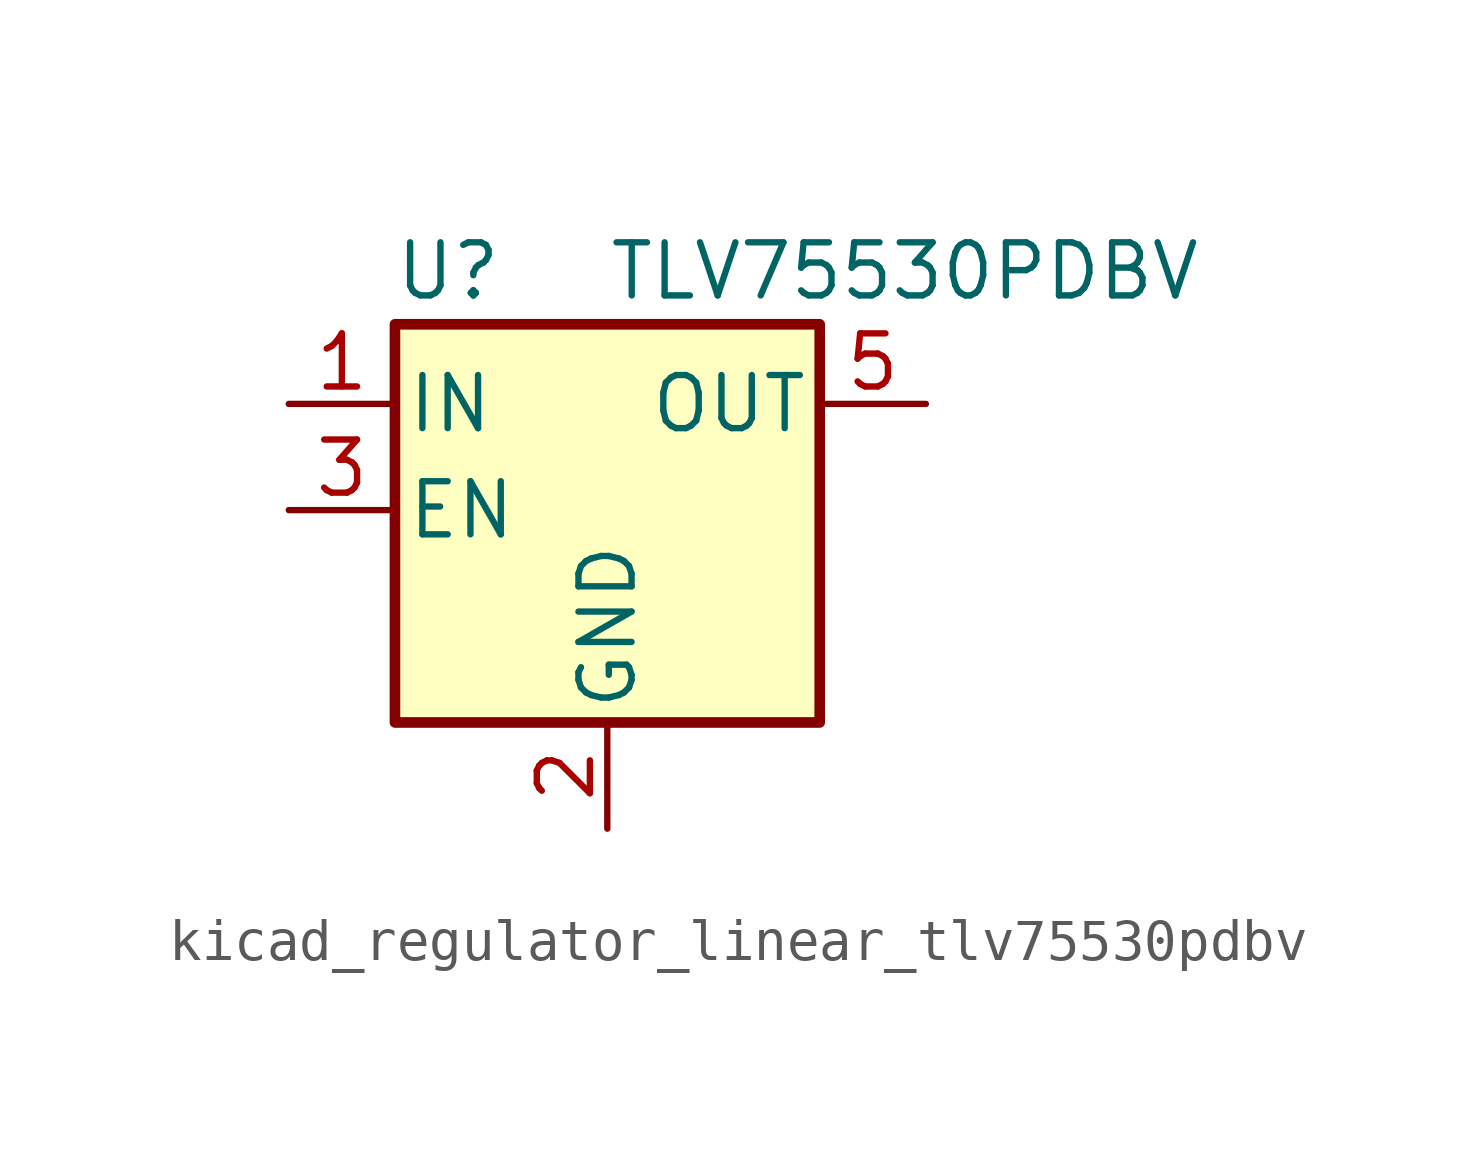
<source format=kicad_sym>
(kicad_symbol_lib
  (version 20220914)
  (generator kicad_symbol_editor)
  (symbol "kicad_regulator_linear_tlv75530pdbv"
    (pin_names
      (offset 0.254))
    (property "Reference" "U"
      (at -3.81 5.715 0)
      (effects (font (size 1.27 1.27))))
    (property "Value" "TLV75530PDBV"
      (at 0 5.715 0)
      (effects (font (size 1.27 1.27)) (justify left)))
    (symbol "kicad_regulator_linear_tlv75530pdbv_0_1"
      (rectangle (start -5.08 4.445) (end 5.08 -5.08) (stroke (width 0.254) (type default)) (fill (type background))))
    (symbol "kicad_regulator_linear_tlv75530pdbv_1_1"
      (pin power_in line (at -7.62 2.54 0) (length 2.54) (name "IN" (effects (font (size 1.27 1.27)))) (number "1" (effects (font (size 1.27 1.27)))))
      (pin power_in line (at 0 -7.62 90) (length 2.54) (name "GND" (effects (font (size 1.27 1.27)))) (number "2" (effects (font (size 1.27 1.27)))))
      (pin input line (at -7.62 0 0) (length 2.54) (name "EN" (effects (font (size 1.27 1.27)))) (number "3" (effects (font (size 1.27 1.27)))))
      (pin no_connect line (at 5.08 0 180) (length 2.54) hide (name "NC" (effects (font (size 1.27 1.27)))) (number "4" (effects (font (size 1.27 1.27)))))
      (pin power_out line (at 7.62 2.54 180) (length 2.54) (name "OUT" (effects (font (size 1.27 1.27)))) (number "5" (effects (font (size 1.27 1.27))))))))
</source>
